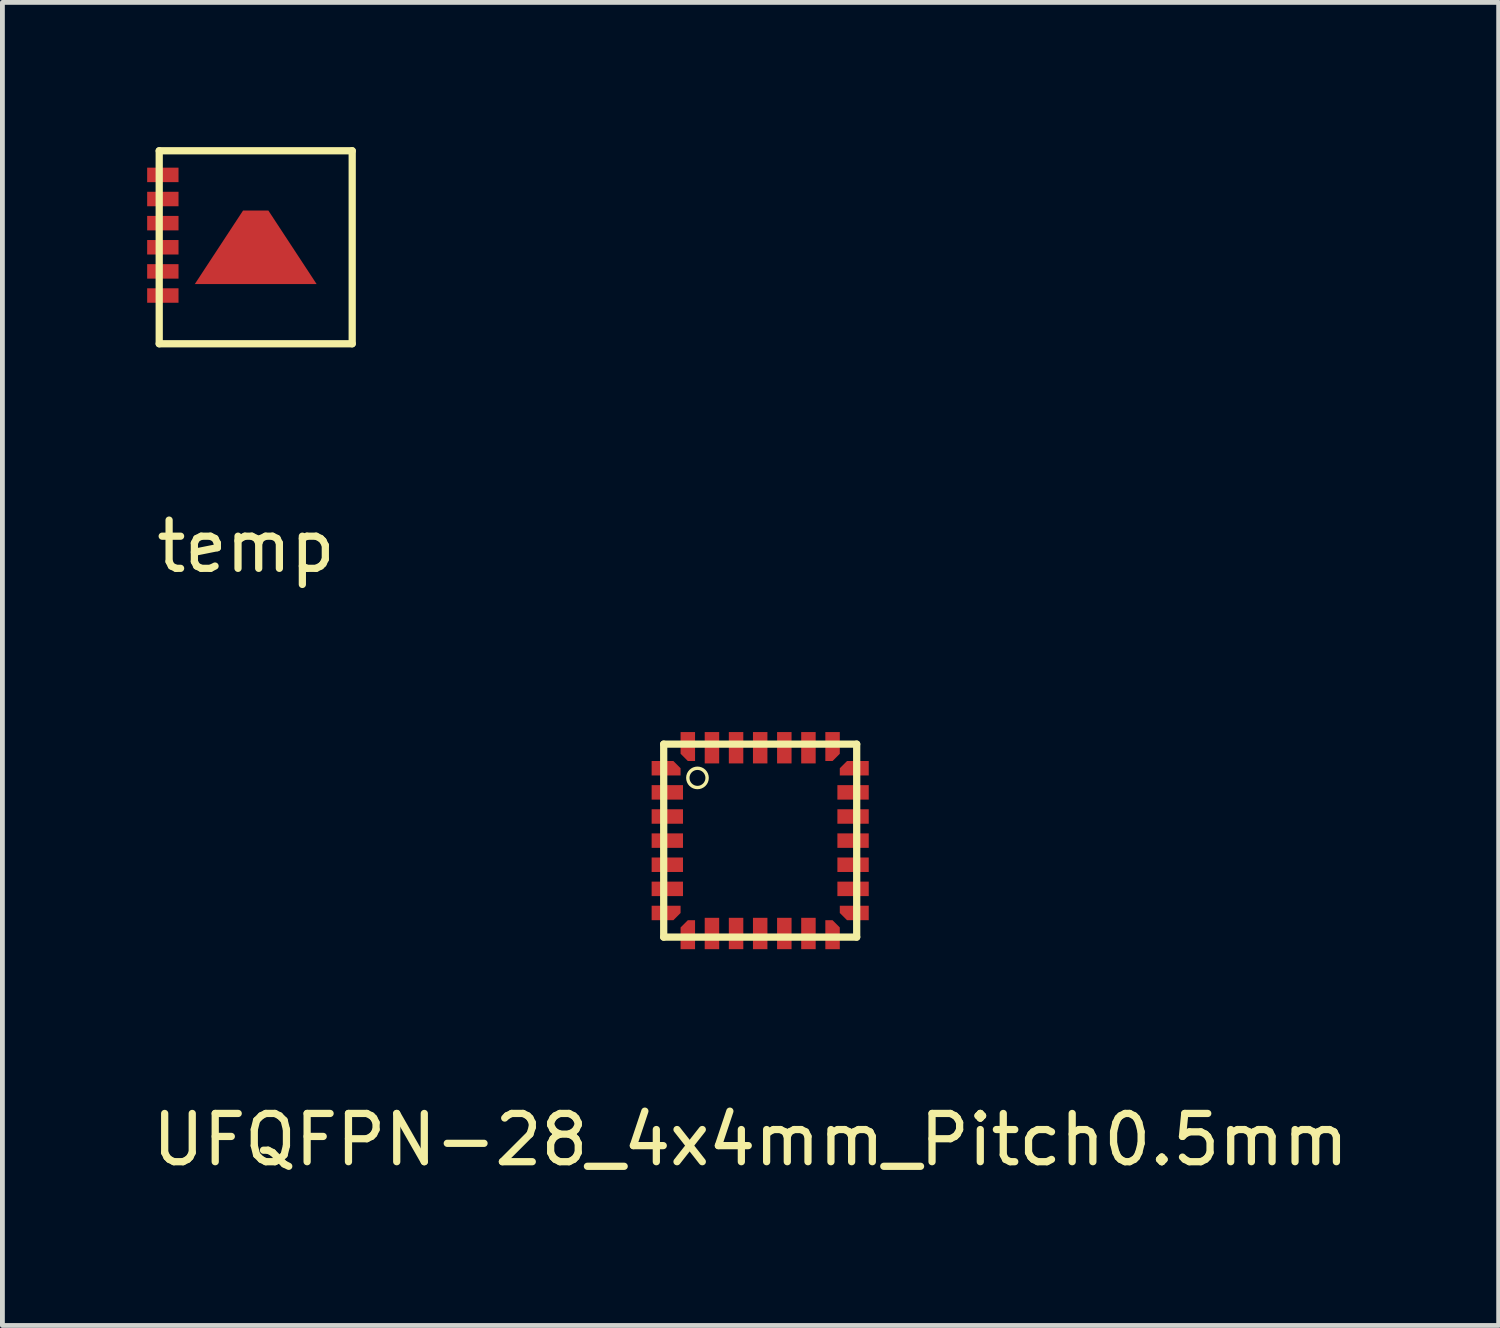
<source format=kicad_pcb>
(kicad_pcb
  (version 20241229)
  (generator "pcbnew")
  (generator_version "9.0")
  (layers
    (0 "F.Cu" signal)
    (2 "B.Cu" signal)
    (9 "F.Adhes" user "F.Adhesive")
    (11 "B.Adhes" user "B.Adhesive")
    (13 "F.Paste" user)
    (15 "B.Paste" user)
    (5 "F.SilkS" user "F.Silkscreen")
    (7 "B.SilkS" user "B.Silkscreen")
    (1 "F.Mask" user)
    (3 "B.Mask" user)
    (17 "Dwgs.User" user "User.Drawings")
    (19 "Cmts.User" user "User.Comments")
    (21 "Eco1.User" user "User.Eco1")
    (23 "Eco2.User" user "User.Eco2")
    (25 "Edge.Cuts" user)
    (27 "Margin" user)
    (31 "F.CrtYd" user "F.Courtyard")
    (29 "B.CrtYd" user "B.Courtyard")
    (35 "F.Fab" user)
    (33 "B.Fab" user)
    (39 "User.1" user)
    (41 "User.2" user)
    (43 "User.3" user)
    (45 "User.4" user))
  (footprint "UFQFPN-28_4x4mm_Pitch0.5mm"
    (layer "F.Cu")
    (at 12.706 14.373)
    (property "Reference" "UFQFPN-28_4x4mm_Pitch0.5mm" (at -0.2 6.2 0) (layer "F.SilkS") (effects (font (size 1 1) (thickness 0.15))))
    (attr through_hole)
    (fp_line (start -2 -2) (end -2 2) (stroke (width 0.15) (type solid)) (layer "F.SilkS"))
    (fp_line (start -2 2) (end 2 2) (stroke (width 0.15) (type solid)) (layer "F.SilkS"))
    (fp_line (start 2 -2) (end -2 -2) (stroke (width 0.15) (type solid)) (layer "F.SilkS"))
    (fp_line (start 2 2) (end 2 -2) (stroke (width 0.15) (type solid)) (layer "F.SilkS"))
    (fp_circle (center -1.3 -1.3) (end -1.1 -1.3) (stroke (width 0.07) (type solid)) (fill no) (layer "F.SilkS"))
    (pad "1" smd custom (at -2 -1.5) (size 0.3 0.3) (layers "F.Cu" "F.Mask" "F.Paste") (options (anchor rect)) (primitives (gr_poly (pts (xy -0.25 -0.15) (xy -0.25 0.15) (xy 0.35 0.15) (xy 0.35 0) (xy 0.2 -0.15)) (width 0) (fill yes))))
    (pad "2" smd rect (at -1.925 -1) (size 0.65 0.3) (layers "F.Cu" "F.Mask" "F.Paste"))
    (pad "3" smd rect (at -1.925 -0.5) (size 0.65 0.3) (layers "F.Cu" "F.Mask" "F.Paste"))
    (pad "4" smd rect (at -1.925 0) (size 0.65 0.3) (layers "F.Cu" "F.Mask" "F.Paste"))
    (pad "5" smd rect (at -1.925 0.5) (size 0.65 0.3) (layers "F.Cu" "F.Mask" "F.Paste"))
    (pad "6" smd rect (at -1.925 1) (size 0.65 0.3) (layers "F.Cu" "F.Mask" "F.Paste"))
    (pad "7" smd custom (at -2 1.5) (size 0.3 0.3) (layers "F.Cu" "F.Mask" "F.Paste") (options (anchor rect)) (primitives (gr_poly (pts (xy -0.25 0.15) (xy -0.25 -0.15) (xy 0.35 -0.15) (xy 0.35 0) (xy 0.2 0.15)) (width 0) (fill yes))))
    (pad "8" smd custom (at -1.5 2 90) (size 0.3 0.3) (layers "F.Cu" "F.Mask" "F.Paste") (options (anchor rect)) (primitives (gr_poly (pts (xy -0.25 -0.15) (xy -0.25 0.15) (xy 0.35 0.15) (xy 0.35 0) (xy 0.2 -0.15)) (width 0) (fill yes))))
    (pad "9" smd rect (at -1 1.925 90) (size 0.65 0.3) (layers "F.Cu" "F.Mask" "F.Paste"))
    (pad "10" smd rect (at -0.5 1.925 90) (size 0.65 0.3) (layers "F.Cu" "F.Mask" "F.Paste"))
    (pad "11" smd rect (at 0 1.925 90) (size 0.65 0.3) (layers "F.Cu" "F.Mask" "F.Paste"))
    (pad "12" smd rect (at 0.5 1.925 90) (size 0.65 0.3) (layers "F.Cu" "F.Mask" "F.Paste"))
    (pad "13" smd rect (at 1 1.925 90) (size 0.65 0.3) (layers "F.Cu" "F.Mask" "F.Paste"))
    (pad "14" smd custom (at 1.5 2 90) (size 0.3 0.3) (layers "F.Cu" "F.Mask" "F.Paste") (options (anchor rect)) (primitives (gr_poly (pts (xy -0.25 0.15) (xy -0.25 -0.15) (xy 0.35 -0.15) (xy 0.35 0) (xy 0.2 0.15)) (width 0) (fill yes))))
    (pad "15" smd custom (at 2 1.5 180) (size 0.3 0.3) (layers "F.Cu" "F.Mask" "F.Paste") (options (anchor rect)) (primitives (gr_poly (pts (xy -0.25 -0.15) (xy -0.25 0.15) (xy 0.35 0.15) (xy 0.35 0) (xy 0.2 -0.15)) (width 0) (fill yes))))
    (pad "16" smd rect (at 1.925 1) (size 0.65 0.3) (layers "F.Cu" "F.Mask" "F.Paste"))
    (pad "17" smd rect (at 1.925 0.5) (size 0.65 0.3) (layers "F.Cu" "F.Mask" "F.Paste"))
    (pad "18" smd rect (at 1.925 0) (size 0.65 0.3) (layers "F.Cu" "F.Mask" "F.Paste"))
    (pad "19" smd rect (at 1.925 -0.5) (size 0.65 0.3) (layers "F.Cu" "F.Mask" "F.Paste"))
    (pad "20" smd rect (at 1.925 -1) (size 0.65 0.3) (layers "F.Cu" "F.Mask" "F.Paste"))
    (pad "21" smd custom (at 2 -1.5 180) (size 0.3 0.3) (layers "F.Cu" "F.Mask" "F.Paste") (options (anchor rect)) (primitives (gr_poly (pts (xy -0.25 0.15) (xy -0.25 -0.15) (xy 0.35 -0.15) (xy 0.35 0) (xy 0.2 0.15)) (width 0) (fill yes))))
    (pad "22" smd custom (at 1.5 -2 270) (size 0.3 0.3) (layers "F.Cu" "F.Mask" "F.Paste") (options (anchor rect)) (primitives (gr_poly (pts (xy -0.25 -0.15) (xy -0.25 0.15) (xy 0.35 0.15) (xy 0.35 0) (xy 0.2 -0.15)) (width 0) (fill yes))))
    (pad "23" smd rect (at 1 -1.925 90) (size 0.65 0.3) (layers "F.Cu" "F.Mask" "F.Paste"))
    (pad "24" smd rect (at 0.5 -1.925 90) (size 0.65 0.3) (layers "F.Cu" "F.Mask" "F.Paste"))
    (pad "25" smd rect (at 0 -1.925 90) (size 0.65 0.3) (layers "F.Cu" "F.Mask" "F.Paste"))
    (pad "26" smd rect (at -0.5 -1.925 90) (size 0.65 0.3) (layers "F.Cu" "F.Mask" "F.Paste"))
    (pad "27" smd rect (at -1 -1.925 90) (size 0.65 0.3) (layers "F.Cu" "F.Mask" "F.Paste"))
    (pad "28" smd custom (at -1.5 -2 270) (size 0.3 0.3) (layers "F.Cu" "F.Mask" "F.Paste") (options (anchor rect)) (primitives (gr_poly (pts (xy -0.25 0.15) (xy -0.25 -0.15) (xy 0.35 -0.15) (xy 0.35 0) (xy 0.2 0.15)) (width 0) (fill yes)))))
  (footprint "temp"
    (layer "F.Cu")
    (at 2.25 2.075)
    (property "Reference" "temp" (at -0.2 6.2 0) (layer "F.SilkS") (effects (font (size 1 1) (thickness 0.15))))
    (attr through_hole)
    (fp_line (start -2 -2) (end -2 2) (stroke (width 0.15) (type solid)) (layer "F.SilkS"))
    (fp_line (start -2 2) (end 2 2) (stroke (width 0.15) (type solid)) (layer "F.SilkS"))
    (fp_line (start 2 -2) (end -2 -2) (stroke (width 0.15) (type solid)) (layer "F.SilkS"))
    (fp_line (start 2 2) (end 2 -2) (stroke (width 0.15) (type solid)) (layer "F.SilkS"))
    (pad "1" smd rect (at -1.925 -1.5) (size 0.65 0.3) (layers "F.Cu" "F.Mask" "F.Paste"))
    (pad "2" smd rect (at -1.925 -1) (size 0.65 0.3) (layers "F.Cu" "F.Mask" "F.Paste"))
    (pad "3" smd rect (at -1.925 -0.5) (size 0.65 0.3) (layers "F.Cu" "F.Mask" "F.Paste"))
    (pad "4" smd rect (at -1.925 0) (size 0.65 0.3) (layers "F.Cu" "F.Mask" "F.Paste"))
    (pad "5" smd rect (at -1.925 0.5) (size 0.65 0.3) (layers "F.Cu" "F.Mask" "F.Paste"))
    (pad "6" smd rect (at -1.925 1) (size 0.65 0.3) (layers "F.Cu" "F.Mask" "F.Paste"))
    (pad "7" smd trapezoid (at 0 0) (size 1.524 1.524) (rect_delta 0 1) (layers "F.Cu" "F.Mask" "F.Paste")))
  (gr_rect
    (start -3 -3)
    (end 28.012 24.422)
    (stroke (width 0.1) (type default))
    (fill no)
    (layer "Edge.Cuts")))
</source>
